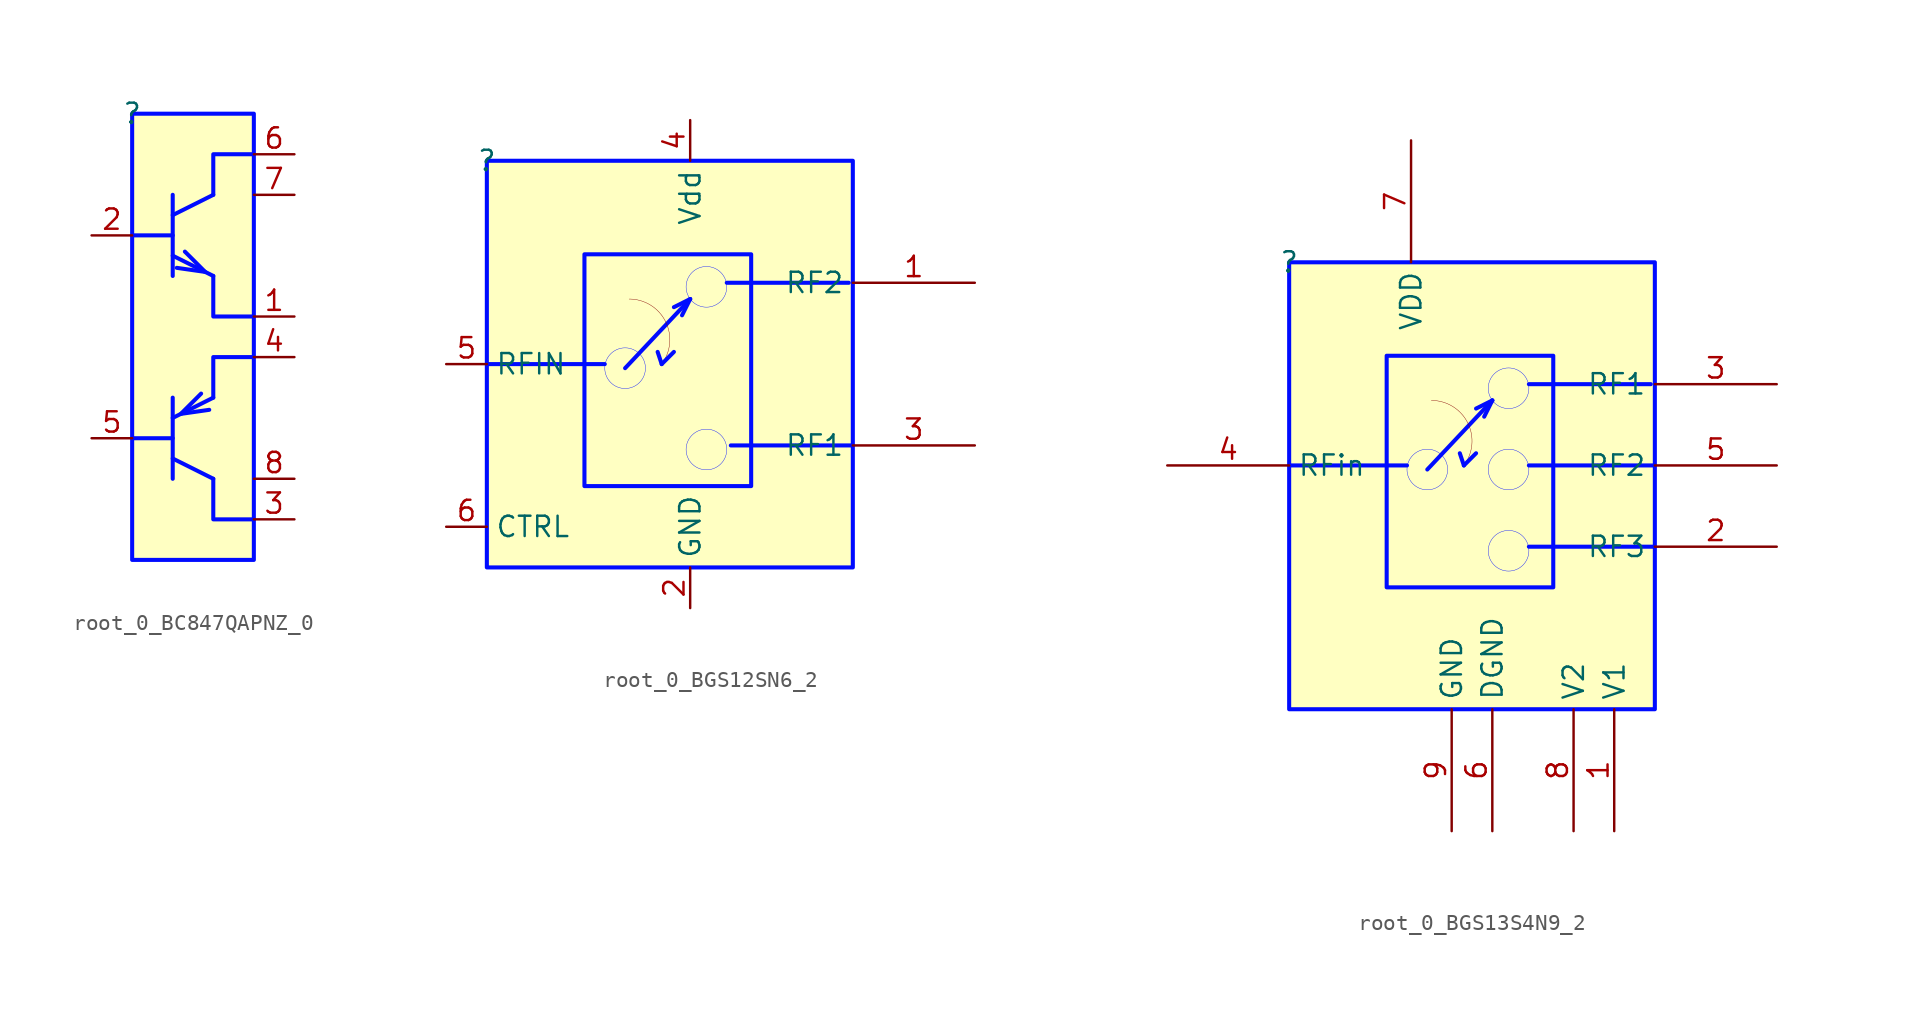
<source format=kicad_sym>
(kicad_symbol_lib
  (version 20231120)
  (generator "kicad_symbol_editor")
  (generator_version "8.0")
  (symbol "root_0_BC847QAPNZ_0"
    (property "Reference" ""
      (at 0 0 0)
      (effects (font (size 1.27 1.27))))
    (property "Value" ""
      (at 0 0 0)
      (effects (font (size 1.27 1.27))))
    (symbol "root_0_BC847QAPNZ_0_1_0"
      (polyline (pts (xy 0 -20.32) (xy 2.54 -20.32)) (stroke (width 0.254) (type solid) (color 0 11 255 1)) (fill (type none)))
      (polyline (pts (xy 0 -7.62) (xy 2.54 -7.62)) (stroke (width 0.254) (type solid) (color 0 11 255 1)) (fill (type none)))
      (polyline (pts (xy 2.54 -22.86) (xy 2.54 -17.78)) (stroke (width 0.254) (type solid) (color 0 11 255 1)) (fill (type none)))
      (polyline (pts (xy 2.54 -19.05) (xy 5.08 -17.78)) (stroke (width 0.254) (type solid) (color 0 11 255 1)) (fill (type none)))
      (polyline (pts (xy 2.54 -10.16) (xy 2.54 -5.08)) (stroke (width 0.254) (type solid) (color 0 11 255 1)) (fill (type none)))
      (polyline (pts (xy 2.54 -6.35) (xy 5.08 -5.08)) (stroke (width 0.254) (type solid) (color 0 11 255 1)) (fill (type none)))
      (polyline (pts (xy 5.08 -22.86) (xy 2.54 -21.59)) (stroke (width 0.254) (type solid) (color 0 11 255 1)) (fill (type none)))
      (polyline (pts (xy 5.08 -10.16) (xy 2.54 -8.89)) (stroke (width 0.254) (type solid) (color 0 11 255 1)) (fill (type none)))
      (polyline (pts (xy 2.794 -9.652) (xy 4.572 -9.906) (xy 3.302 -8.636)) (stroke (width 0.254) (type solid) (color 0 11 255 1)) (fill (type none)))
      (polyline (pts (xy 4.826 -18.542) (xy 3.048 -18.796) (xy 4.318 -17.526)) (stroke (width 0.254) (type solid) (color 0 11 255 1)) (fill (type none)))
      (polyline (pts (xy 5.08 -22.86) (xy 5.08 -25.4) (xy 7.62 -25.4)) (stroke (width 0.254) (type solid) (color 0 11 255 1)) (fill (type none)))
      (polyline (pts (xy 5.08 -17.78) (xy 5.08 -15.24) (xy 7.62 -15.24)) (stroke (width 0.254) (type solid) (color 0 11 255 1)) (fill (type none)))
      (polyline (pts (xy 5.08 -10.16) (xy 5.08 -12.7) (xy 7.62 -12.7)) (stroke (width 0.254) (type solid) (color 0 11 255 1)) (fill (type none)))
      (polyline (pts (xy 5.08 -5.08) (xy 5.08 -2.54) (xy 7.62 -2.54)) (stroke (width 0.254) (type solid) (color 0 11 255 1)) (fill (type none)))
      (rectangle (start 7.62 0) (end 0 -27.94) (stroke (width 0.254) (type solid) (color 0 11 255 1)) (fill (type background)))
      (pin passive line (at 10.16 -12.7 180) (length 2.54) (name "e1" (effects (font (size 0 0)))) (number "1" (effects (font (size 1.27 1.27)))))
      (pin passive line (at -2.54 -7.62 0) (length 2.54) (name "b1" (effects (font (size 0 0)))) (number "2" (effects (font (size 1.27 1.27)))))
      (pin passive line (at 10.16 -25.4 180) (length 2.54) (name "c2" (effects (font (size 0 0)))) (number "3" (effects (font (size 1.27 1.27)))))
      (pin passive line (at 10.16 -15.24 180) (length 2.54) (name "e2" (effects (font (size 0 0)))) (number "4" (effects (font (size 1.27 1.27)))))
      (pin passive line (at -2.54 -20.32 0) (length 2.54) (name "b2" (effects (font (size 0 0)))) (number "5" (effects (font (size 1.27 1.27)))))
      (pin passive line (at 10.16 -2.54 180) (length 2.54) (name "c1" (effects (font (size 0 0)))) (number "6" (effects (font (size 1.27 1.27)))))
      (pin passive line (at 10.16 -5.08 180) (length 2.54) (name "c11" (effects (font (size 0 0)))) (number "7" (effects (font (size 1.27 1.27)))))
      (pin passive line (at 10.16 -22.86 180) (length 2.54) (name "c22" (effects (font (size 0 0)))) (number "8" (effects (font (size 1.27 1.27)))))))
  (symbol "root_0_BGS12SN6_2"
    (property "Reference" ""
      (at 0 0 0)
      (effects (font (size 1.27 1.27))))
    (property "Value" ""
      (at 0 0 0)
      (effects (font (size 1.27 1.27))))
    (symbol "root_0_BGS12SN6_2_1_0"
      (polyline (pts (xy 0 -12.7) (xy 7.366 -12.7)) (stroke (width 0.254) (type solid) (color 0 11 255 1)) (fill (type none)))
      (polyline (pts (xy 8.636 -12.954) (xy 12.7 -8.636)) (stroke (width 0.254) (type solid) (color 0 11 255 1)) (fill (type none)))
      (polyline (pts (xy 10.668 -11.938) (xy 10.922 -12.7)) (stroke (width 0.254) (type solid) (color 0 11 255 1)) (fill (type none)))
      (polyline (pts (xy 10.922 -12.7) (xy 11.684 -11.938)) (stroke (width 0.254) (type solid) (color 0 11 255 1)) (fill (type none)))
      (polyline (pts (xy 12.7 -8.636) (xy 11.684 -9.144)) (stroke (width 0.254) (type solid) (color 0 11 255 1)) (fill (type none)))
      (polyline (pts (xy 12.7 -8.636) (xy 12.192 -9.652)) (stroke (width 0.254) (type solid) (color 0 11 255 1)) (fill (type none)))
      (polyline (pts (xy 14.986 -7.62) (xy 22.606 -7.62)) (stroke (width 0.254) (type solid) (color 0 11 255 1)) (fill (type none)))
      (polyline (pts (xy 15.24 -17.78) (xy 22.86 -17.78)) (stroke (width 0.254) (type solid) (color 0 11 255 1)) (fill (type none)))
      (circle (center 8.636 -12.954) (radius 1.27) (stroke (width 0.025) (type solid) (color 0 11 255 1)) (fill (type none)))
      (arc (start 10.922 -12.7) (mid 11.1618 -10.0401) (end 8.89 -8.636) (stroke (width 0.0254) (type solid)) (fill (type none)))
      (circle (center 13.716 -18.034) (radius 1.27) (stroke (width 0.025) (type solid) (color 0 11 255 1)) (fill (type none)))
      (circle (center 13.716 -7.874) (radius 1.27) (stroke (width 0.025) (type solid) (color 0 11 255 1)) (fill (type none)))
      (rectangle (start 16.51 -5.842) (end 6.096 -20.32) (stroke (width 0.254) (type solid) (color 0 11 255 1)) (fill (type background)))
      (rectangle (start 22.86 0) (end 0 -25.4) (stroke (width 0.254) (type solid) (color 0 11 255 1)) (fill (type background)))
      (pin passive line (at 30.48 -7.62 180) (length 7.62) (name "RF2" (effects (font (size 1.27 1.27)))) (number "1" (effects (font (size 1.27 1.27)))))
      (pin power_in line (at 12.7 -27.94 90) (length 2.54) (name "GND" (effects (font (size 1.27 1.27)))) (number "2" (effects (font (size 1.27 1.27)))))
      (pin passive line (at 30.48 -17.78 180) (length 7.62) (name "RF1" (effects (font (size 1.27 1.27)))) (number "3" (effects (font (size 1.27 1.27)))))
      (pin power_in line (at 12.7 2.54 270) (length 2.54) (name "Vdd" (effects (font (size 1.27 1.27)))) (number "4" (effects (font (size 1.27 1.27)))))
      (pin passive line (at -2.54 -12.7 0) (length 2.54) (name "RFIN" (effects (font (size 1.27 1.27)))) (number "5" (effects (font (size 1.27 1.27)))))
      (pin input line (at -2.54 -22.86 0) (length 2.54) (name "CTRL" (effects (font (size 1.27 1.27)))) (number "6" (effects (font (size 1.27 1.27)))))))
  (symbol "root_0_BGS13S4N9_2"
    (property "Reference" ""
      (at 0 0 0)
      (effects (font (size 1.27 1.27))))
    (property "Value" ""
      (at 0 0 0)
      (effects (font (size 1.27 1.27))))
    (symbol "root_0_BGS13S4N9_2_1_0"
      (polyline (pts (xy 0 -12.7) (xy 7.366 -12.7)) (stroke (width 0.254) (type solid) (color 0 11 255 1)) (fill (type none)))
      (polyline (pts (xy 8.636 -12.954) (xy 12.7 -8.636)) (stroke (width 0.254) (type solid) (color 0 11 255 1)) (fill (type none)))
      (polyline (pts (xy 10.668 -11.938) (xy 10.922 -12.7)) (stroke (width 0.254) (type solid) (color 0 11 255 1)) (fill (type none)))
      (polyline (pts (xy 10.922 -12.7) (xy 11.684 -11.938)) (stroke (width 0.254) (type solid) (color 0 11 255 1)) (fill (type none)))
      (polyline (pts (xy 12.7 -8.636) (xy 11.684 -9.144)) (stroke (width 0.254) (type solid) (color 0 11 255 1)) (fill (type none)))
      (polyline (pts (xy 12.7 -8.636) (xy 12.192 -9.652)) (stroke (width 0.254) (type solid) (color 0 11 255 1)) (fill (type none)))
      (polyline (pts (xy 14.986 -17.78) (xy 22.86 -17.78)) (stroke (width 0.254) (type solid) (color 0 11 255 1)) (fill (type none)))
      (polyline (pts (xy 14.986 -12.7) (xy 22.86 -12.7)) (stroke (width 0.254) (type solid) (color 0 11 255 1)) (fill (type none)))
      (polyline (pts (xy 14.986 -7.62) (xy 22.606 -7.62)) (stroke (width 0.254) (type solid) (color 0 11 255 1)) (fill (type none)))
      (circle (center 8.636 -12.954) (radius 1.27) (stroke (width 0.025) (type solid) (color 0 11 255 1)) (fill (type none)))
      (arc (start 10.922 -12.7) (mid 11.1618 -10.0401) (end 8.89 -8.636) (stroke (width 0.0254) (type solid)) (fill (type none)))
      (circle (center 13.716 -18.034) (radius 1.27) (stroke (width 0.025) (type solid) (color 0 11 255 1)) (fill (type none)))
      (circle (center 13.716 -12.954) (radius 1.27) (stroke (width 0.025) (type solid) (color 0 11 255 1)) (fill (type none)))
      (circle (center 13.716 -7.874) (radius 1.27) (stroke (width 0.025) (type solid) (color 0 11 255 1)) (fill (type none)))
      (rectangle (start 16.51 -5.842) (end 6.096 -20.32) (stroke (width 0.254) (type solid) (color 0 11 255 1)) (fill (type background)))
      (rectangle (start 22.86 0) (end 0 -27.94) (stroke (width 0.254) (type solid) (color 0 11 255 1)) (fill (type background)))
      (pin input line (at 20.32 -35.56 90) (length 7.62) (name "V1" (effects (font (size 1.27 1.27)))) (number "1" (effects (font (size 1.27 1.27)))))
      (pin passive line (at 30.48 -17.78 180) (length 7.62) (name "RF3" (effects (font (size 1.27 1.27)))) (number "2" (effects (font (size 1.27 1.27)))))
      (pin passive line (at 30.48 -7.62 180) (length 7.62) (name "RF1" (effects (font (size 1.27 1.27)))) (number "3" (effects (font (size 1.27 1.27)))))
      (pin passive line (at -7.62 -12.7 0) (length 7.62) (name "RFin" (effects (font (size 1.27 1.27)))) (number "4" (effects (font (size 1.27 1.27)))))
      (pin passive line (at 30.48 -12.7 180) (length 7.62) (name "RF2" (effects (font (size 1.27 1.27)))) (number "5" (effects (font (size 1.27 1.27)))))
      (pin power_in line (at 12.7 -35.56 90) (length 7.62) (name "DGND" (effects (font (size 1.27 1.27)))) (number "6" (effects (font (size 1.27 1.27)))))
      (pin power_in line (at 7.62 7.62 270) (length 7.62) (name "VDD" (effects (font (size 1.27 1.27)))) (number "7" (effects (font (size 1.27 1.27)))))
      (pin input line (at 17.78 -35.56 90) (length 7.62) (name "V2" (effects (font (size 1.27 1.27)))) (number "8" (effects (font (size 1.27 1.27)))))
      (pin power_in line (at 10.16 -35.56 90) (length 7.62) (name "GND" (effects (font (size 1.27 1.27)))) (number "9" (effects (font (size 1.27 1.27))))))))
</source>
